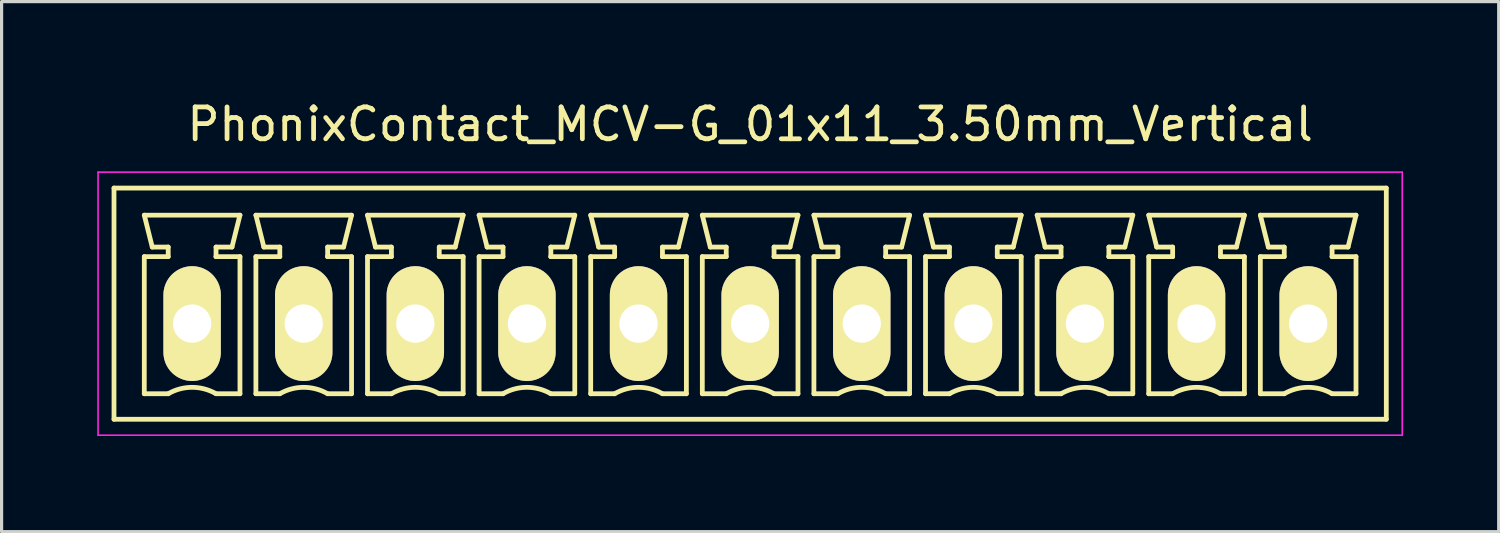
<source format=kicad_pcb>
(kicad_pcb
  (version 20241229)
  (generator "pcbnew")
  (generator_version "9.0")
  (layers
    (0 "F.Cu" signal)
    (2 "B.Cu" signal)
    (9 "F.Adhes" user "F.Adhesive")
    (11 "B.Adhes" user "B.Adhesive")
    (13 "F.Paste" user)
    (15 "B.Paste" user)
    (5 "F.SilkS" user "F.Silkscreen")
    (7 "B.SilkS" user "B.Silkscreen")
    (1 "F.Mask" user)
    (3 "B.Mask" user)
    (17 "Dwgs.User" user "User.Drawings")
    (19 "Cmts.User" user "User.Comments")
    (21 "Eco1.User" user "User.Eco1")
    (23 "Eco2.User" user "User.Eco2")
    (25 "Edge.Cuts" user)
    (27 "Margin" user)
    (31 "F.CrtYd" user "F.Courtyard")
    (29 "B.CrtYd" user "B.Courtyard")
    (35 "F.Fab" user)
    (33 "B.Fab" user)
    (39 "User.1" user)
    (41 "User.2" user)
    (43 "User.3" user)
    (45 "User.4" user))
  (footprint "PhonixContact_MCV-G_01x11_3.50mm_Vertical"
    (layer "F.Cu")
    (at 2.975 7.098)
    (property "Reference" "PhonixContact_MCV-G_01x11_3.50mm_Vertical" (at 17.5 -6.25 0) (layer "F.SilkS") (effects (font (size 1 1) (thickness 0.15))))
    (attr through_hole)
    (fp_line (start -2.45 -4.25) (end -2.45 3) (stroke (width 0.15) (type solid)) (layer "F.SilkS"))
    (fp_line (start -2.45 3) (end 37.45 3) (stroke (width 0.15) (type solid)) (layer "F.SilkS"))
    (fp_line (start -1.5 -3.4) (end 1.5 -3.4) (stroke (width 0.15) (type solid)) (layer "F.SilkS"))
    (fp_line (start -1.5 -2.1) (end -0.75 -2.1) (stroke (width 0.15) (type solid)) (layer "F.SilkS"))
    (fp_line (start -1.5 2.2) (end -1.5 -2.1) (stroke (width 0.15) (type solid)) (layer "F.SilkS"))
    (fp_line (start -1.25 -2.4) (end -1.5 -3.4) (stroke (width 0.15) (type solid)) (layer "F.SilkS"))
    (fp_line (start -0.75 -2.4) (end -1.25 -2.4) (stroke (width 0.15) (type solid)) (layer "F.SilkS"))
    (fp_line (start -0.75 -2.1) (end -0.75 -2.4) (stroke (width 0.15) (type solid)) (layer "F.SilkS"))
    (fp_line (start -0.75 2.2) (end -1.5 2.2) (stroke (width 0.15) (type solid)) (layer "F.SilkS"))
    (fp_line (start 0.75 -2.4) (end 0.75 -2.1) (stroke (width 0.15) (type solid)) (layer "F.SilkS"))
    (fp_line (start 0.75 -2.1) (end 0.75 -2.1) (stroke (width 0.15) (type solid)) (layer "F.SilkS"))
    (fp_line (start 0.75 -2.1) (end 1.5 -2.1) (stroke (width 0.15) (type solid)) (layer "F.SilkS"))
    (fp_line (start 1.25 -2.4) (end 0.75 -2.4) (stroke (width 0.15) (type solid)) (layer "F.SilkS"))
    (fp_line (start 1.5 -3.4) (end 1.25 -2.4) (stroke (width 0.15) (type solid)) (layer "F.SilkS"))
    (fp_line (start 1.5 -2.1) (end 1.5 2.2) (stroke (width 0.15) (type solid)) (layer "F.SilkS"))
    (fp_line (start 1.5 2.2) (end 0.75 2.2) (stroke (width 0.15) (type solid)) (layer "F.SilkS"))
    (fp_line (start 2 -3.4) (end 5 -3.4) (stroke (width 0.15) (type solid)) (layer "F.SilkS"))
    (fp_line (start 2 -2.1) (end 2.75 -2.1) (stroke (width 0.15) (type solid)) (layer "F.SilkS"))
    (fp_line (start 2 2.2) (end 2 -2.1) (stroke (width 0.15) (type solid)) (layer "F.SilkS"))
    (fp_line (start 2.25 -2.4) (end 2 -3.4) (stroke (width 0.15) (type solid)) (layer "F.SilkS"))
    (fp_line (start 2.75 -2.4) (end 2.25 -2.4) (stroke (width 0.15) (type solid)) (layer "F.SilkS"))
    (fp_line (start 2.75 -2.1) (end 2.75 -2.4) (stroke (width 0.15) (type solid)) (layer "F.SilkS"))
    (fp_line (start 2.75 2.2) (end 2 2.2) (stroke (width 0.15) (type solid)) (layer "F.SilkS"))
    (fp_line (start 4.25 -2.4) (end 4.25 -2.1) (stroke (width 0.15) (type solid)) (layer "F.SilkS"))
    (fp_line (start 4.25 -2.1) (end 4.25 -2.1) (stroke (width 0.15) (type solid)) (layer "F.SilkS"))
    (fp_line (start 4.25 -2.1) (end 5 -2.1) (stroke (width 0.15) (type solid)) (layer "F.SilkS"))
    (fp_line (start 4.75 -2.4) (end 4.25 -2.4) (stroke (width 0.15) (type solid)) (layer "F.SilkS"))
    (fp_line (start 5 -3.4) (end 4.75 -2.4) (stroke (width 0.15) (type solid)) (layer "F.SilkS"))
    (fp_line (start 5 -2.1) (end 5 2.2) (stroke (width 0.15) (type solid)) (layer "F.SilkS"))
    (fp_line (start 5 2.2) (end 4.25 2.2) (stroke (width 0.15) (type solid)) (layer "F.SilkS"))
    (fp_line (start 5.5 -3.4) (end 8.5 -3.4) (stroke (width 0.15) (type solid)) (layer "F.SilkS"))
    (fp_line (start 5.5 -2.1) (end 6.25 -2.1) (stroke (width 0.15) (type solid)) (layer "F.SilkS"))
    (fp_line (start 5.5 2.2) (end 5.5 -2.1) (stroke (width 0.15) (type solid)) (layer "F.SilkS"))
    (fp_line (start 5.75 -2.4) (end 5.5 -3.4) (stroke (width 0.15) (type solid)) (layer "F.SilkS"))
    (fp_line (start 6.25 -2.4) (end 5.75 -2.4) (stroke (width 0.15) (type solid)) (layer "F.SilkS"))
    (fp_line (start 6.25 -2.1) (end 6.25 -2.4) (stroke (width 0.15) (type solid)) (layer "F.SilkS"))
    (fp_line (start 6.25 2.2) (end 5.5 2.2) (stroke (width 0.15) (type solid)) (layer "F.SilkS"))
    (fp_line (start 7.75 -2.4) (end 7.75 -2.1) (stroke (width 0.15) (type solid)) (layer "F.SilkS"))
    (fp_line (start 7.75 -2.1) (end 7.75 -2.1) (stroke (width 0.15) (type solid)) (layer "F.SilkS"))
    (fp_line (start 7.75 -2.1) (end 8.5 -2.1) (stroke (width 0.15) (type solid)) (layer "F.SilkS"))
    (fp_line (start 8.25 -2.4) (end 7.75 -2.4) (stroke (width 0.15) (type solid)) (layer "F.SilkS"))
    (fp_line (start 8.5 -3.4) (end 8.25 -2.4) (stroke (width 0.15) (type solid)) (layer "F.SilkS"))
    (fp_line (start 8.5 -2.1) (end 8.5 2.2) (stroke (width 0.15) (type solid)) (layer "F.SilkS"))
    (fp_line (start 8.5 2.2) (end 7.75 2.2) (stroke (width 0.15) (type solid)) (layer "F.SilkS"))
    (fp_line (start 9 -3.4) (end 12 -3.4) (stroke (width 0.15) (type solid)) (layer "F.SilkS"))
    (fp_line (start 9 -2.1) (end 9.75 -2.1) (stroke (width 0.15) (type solid)) (layer "F.SilkS"))
    (fp_line (start 9 2.2) (end 9 -2.1) (stroke (width 0.15) (type solid)) (layer "F.SilkS"))
    (fp_line (start 9.25 -2.4) (end 9 -3.4) (stroke (width 0.15) (type solid)) (layer "F.SilkS"))
    (fp_line (start 9.75 -2.4) (end 9.25 -2.4) (stroke (width 0.15) (type solid)) (layer "F.SilkS"))
    (fp_line (start 9.75 -2.1) (end 9.75 -2.4) (stroke (width 0.15) (type solid)) (layer "F.SilkS"))
    (fp_line (start 9.75 2.2) (end 9 2.2) (stroke (width 0.15) (type solid)) (layer "F.SilkS"))
    (fp_line (start 11.25 -2.4) (end 11.25 -2.1) (stroke (width 0.15) (type solid)) (layer "F.SilkS"))
    (fp_line (start 11.25 -2.1) (end 11.25 -2.1) (stroke (width 0.15) (type solid)) (layer "F.SilkS"))
    (fp_line (start 11.25 -2.1) (end 12 -2.1) (stroke (width 0.15) (type solid)) (layer "F.SilkS"))
    (fp_line (start 11.75 -2.4) (end 11.25 -2.4) (stroke (width 0.15) (type solid)) (layer "F.SilkS"))
    (fp_line (start 12 -3.4) (end 11.75 -2.4) (stroke (width 0.15) (type solid)) (layer "F.SilkS"))
    (fp_line (start 12 -2.1) (end 12 2.2) (stroke (width 0.15) (type solid)) (layer "F.SilkS"))
    (fp_line (start 12 2.2) (end 11.25 2.2) (stroke (width 0.15) (type solid)) (layer "F.SilkS"))
    (fp_line (start 12.5 -3.4) (end 15.5 -3.4) (stroke (width 0.15) (type solid)) (layer "F.SilkS"))
    (fp_line (start 12.5 -2.1) (end 13.25 -2.1) (stroke (width 0.15) (type solid)) (layer "F.SilkS"))
    (fp_line (start 12.5 2.2) (end 12.5 -2.1) (stroke (width 0.15) (type solid)) (layer "F.SilkS"))
    (fp_line (start 12.75 -2.4) (end 12.5 -3.4) (stroke (width 0.15) (type solid)) (layer "F.SilkS"))
    (fp_line (start 13.25 -2.4) (end 12.75 -2.4) (stroke (width 0.15) (type solid)) (layer "F.SilkS"))
    (fp_line (start 13.25 -2.1) (end 13.25 -2.4) (stroke (width 0.15) (type solid)) (layer "F.SilkS"))
    (fp_line (start 13.25 2.2) (end 12.5 2.2) (stroke (width 0.15) (type solid)) (layer "F.SilkS"))
    (fp_line (start 14.75 -2.4) (end 14.75 -2.1) (stroke (width 0.15) (type solid)) (layer "F.SilkS"))
    (fp_line (start 14.75 -2.1) (end 14.75 -2.1) (stroke (width 0.15) (type solid)) (layer "F.SilkS"))
    (fp_line (start 14.75 -2.1) (end 15.5 -2.1) (stroke (width 0.15) (type solid)) (layer "F.SilkS"))
    (fp_line (start 15.25 -2.4) (end 14.75 -2.4) (stroke (width 0.15) (type solid)) (layer "F.SilkS"))
    (fp_line (start 15.5 -3.4) (end 15.25 -2.4) (stroke (width 0.15) (type solid)) (layer "F.SilkS"))
    (fp_line (start 15.5 -2.1) (end 15.5 2.2) (stroke (width 0.15) (type solid)) (layer "F.SilkS"))
    (fp_line (start 15.5 2.2) (end 14.75 2.2) (stroke (width 0.15) (type solid)) (layer "F.SilkS"))
    (fp_line (start 16 -3.4) (end 19 -3.4) (stroke (width 0.15) (type solid)) (layer "F.SilkS"))
    (fp_line (start 16 -2.1) (end 16.75 -2.1) (stroke (width 0.15) (type solid)) (layer "F.SilkS"))
    (fp_line (start 16 2.2) (end 16 -2.1) (stroke (width 0.15) (type solid)) (layer "F.SilkS"))
    (fp_line (start 16.25 -2.4) (end 16 -3.4) (stroke (width 0.15) (type solid)) (layer "F.SilkS"))
    (fp_line (start 16.75 -2.4) (end 16.25 -2.4) (stroke (width 0.15) (type solid)) (layer "F.SilkS"))
    (fp_line (start 16.75 -2.1) (end 16.75 -2.4) (stroke (width 0.15) (type solid)) (layer "F.SilkS"))
    (fp_line (start 16.75 2.2) (end 16 2.2) (stroke (width 0.15) (type solid)) (layer "F.SilkS"))
    (fp_line (start 18.25 -2.4) (end 18.25 -2.1) (stroke (width 0.15) (type solid)) (layer "F.SilkS"))
    (fp_line (start 18.25 -2.1) (end 18.25 -2.1) (stroke (width 0.15) (type solid)) (layer "F.SilkS"))
    (fp_line (start 18.25 -2.1) (end 19 -2.1) (stroke (width 0.15) (type solid)) (layer "F.SilkS"))
    (fp_line (start 18.75 -2.4) (end 18.25 -2.4) (stroke (width 0.15) (type solid)) (layer "F.SilkS"))
    (fp_line (start 19 -3.4) (end 18.75 -2.4) (stroke (width 0.15) (type solid)) (layer "F.SilkS"))
    (fp_line (start 19 -2.1) (end 19 2.2) (stroke (width 0.15) (type solid)) (layer "F.SilkS"))
    (fp_line (start 19 2.2) (end 18.25 2.2) (stroke (width 0.15) (type solid)) (layer "F.SilkS"))
    (fp_line (start 19.5 -3.4) (end 22.5 -3.4) (stroke (width 0.15) (type solid)) (layer "F.SilkS"))
    (fp_line (start 19.5 -2.1) (end 20.25 -2.1) (stroke (width 0.15) (type solid)) (layer "F.SilkS"))
    (fp_line (start 19.5 2.2) (end 19.5 -2.1) (stroke (width 0.15) (type solid)) (layer "F.SilkS"))
    (fp_line (start 19.75 -2.4) (end 19.5 -3.4) (stroke (width 0.15) (type solid)) (layer "F.SilkS"))
    (fp_line (start 20.25 -2.4) (end 19.75 -2.4) (stroke (width 0.15) (type solid)) (layer "F.SilkS"))
    (fp_line (start 20.25 -2.1) (end 20.25 -2.4) (stroke (width 0.15) (type solid)) (layer "F.SilkS"))
    (fp_line (start 20.25 2.2) (end 19.5 2.2) (stroke (width 0.15) (type solid)) (layer "F.SilkS"))
    (fp_line (start 21.75 -2.4) (end 21.75 -2.1) (stroke (width 0.15) (type solid)) (layer "F.SilkS"))
    (fp_line (start 21.75 -2.1) (end 21.75 -2.1) (stroke (width 0.15) (type solid)) (layer "F.SilkS"))
    (fp_line (start 21.75 -2.1) (end 22.5 -2.1) (stroke (width 0.15) (type solid)) (layer "F.SilkS"))
    (fp_line (start 22.25 -2.4) (end 21.75 -2.4) (stroke (width 0.15) (type solid)) (layer "F.SilkS"))
    (fp_line (start 22.5 -3.4) (end 22.25 -2.4) (stroke (width 0.15) (type solid)) (layer "F.SilkS"))
    (fp_line (start 22.5 -2.1) (end 22.5 2.2) (stroke (width 0.15) (type solid)) (layer "F.SilkS"))
    (fp_line (start 22.5 2.2) (end 21.75 2.2) (stroke (width 0.15) (type solid)) (layer "F.SilkS"))
    (fp_line (start 23 -3.4) (end 26 -3.4) (stroke (width 0.15) (type solid)) (layer "F.SilkS"))
    (fp_line (start 23 -2.1) (end 23.75 -2.1) (stroke (width 0.15) (type solid)) (layer "F.SilkS"))
    (fp_line (start 23 2.2) (end 23 -2.1) (stroke (width 0.15) (type solid)) (layer "F.SilkS"))
    (fp_line (start 23.25 -2.4) (end 23 -3.4) (stroke (width 0.15) (type solid)) (layer "F.SilkS"))
    (fp_line (start 23.75 -2.4) (end 23.25 -2.4) (stroke (width 0.15) (type solid)) (layer "F.SilkS"))
    (fp_line (start 23.75 -2.1) (end 23.75 -2.4) (stroke (width 0.15) (type solid)) (layer "F.SilkS"))
    (fp_line (start 23.75 2.2) (end 23 2.2) (stroke (width 0.15) (type solid)) (layer "F.SilkS"))
    (fp_line (start 25.25 -2.4) (end 25.25 -2.1) (stroke (width 0.15) (type solid)) (layer "F.SilkS"))
    (fp_line (start 25.25 -2.1) (end 25.25 -2.1) (stroke (width 0.15) (type solid)) (layer "F.SilkS"))
    (fp_line (start 25.25 -2.1) (end 26 -2.1) (stroke (width 0.15) (type solid)) (layer "F.SilkS"))
    (fp_line (start 25.75 -2.4) (end 25.25 -2.4) (stroke (width 0.15) (type solid)) (layer "F.SilkS"))
    (fp_line (start 26 -3.4) (end 25.75 -2.4) (stroke (width 0.15) (type solid)) (layer "F.SilkS"))
    (fp_line (start 26 -2.1) (end 26 2.2) (stroke (width 0.15) (type solid)) (layer "F.SilkS"))
    (fp_line (start 26 2.2) (end 25.25 2.2) (stroke (width 0.15) (type solid)) (layer "F.SilkS"))
    (fp_line (start 26.5 -3.4) (end 29.5 -3.4) (stroke (width 0.15) (type solid)) (layer "F.SilkS"))
    (fp_line (start 26.5 -2.1) (end 27.25 -2.1) (stroke (width 0.15) (type solid)) (layer "F.SilkS"))
    (fp_line (start 26.5 2.2) (end 26.5 -2.1) (stroke (width 0.15) (type solid)) (layer "F.SilkS"))
    (fp_line (start 26.75 -2.4) (end 26.5 -3.4) (stroke (width 0.15) (type solid)) (layer "F.SilkS"))
    (fp_line (start 27.25 -2.4) (end 26.75 -2.4) (stroke (width 0.15) (type solid)) (layer "F.SilkS"))
    (fp_line (start 27.25 -2.1) (end 27.25 -2.4) (stroke (width 0.15) (type solid)) (layer "F.SilkS"))
    (fp_line (start 27.25 2.2) (end 26.5 2.2) (stroke (width 0.15) (type solid)) (layer "F.SilkS"))
    (fp_line (start 28.75 -2.4) (end 28.75 -2.1) (stroke (width 0.15) (type solid)) (layer "F.SilkS"))
    (fp_line (start 28.75 -2.1) (end 28.75 -2.1) (stroke (width 0.15) (type solid)) (layer "F.SilkS"))
    (fp_line (start 28.75 -2.1) (end 29.5 -2.1) (stroke (width 0.15) (type solid)) (layer "F.SilkS"))
    (fp_line (start 29.25 -2.4) (end 28.75 -2.4) (stroke (width 0.15) (type solid)) (layer "F.SilkS"))
    (fp_line (start 29.5 -3.4) (end 29.25 -2.4) (stroke (width 0.15) (type solid)) (layer "F.SilkS"))
    (fp_line (start 29.5 -2.1) (end 29.5 2.2) (stroke (width 0.15) (type solid)) (layer "F.SilkS"))
    (fp_line (start 29.5 2.2) (end 28.75 2.2) (stroke (width 0.15) (type solid)) (layer "F.SilkS"))
    (fp_line (start 30 -3.4) (end 33 -3.4) (stroke (width 0.15) (type solid)) (layer "F.SilkS"))
    (fp_line (start 30 -2.1) (end 30.75 -2.1) (stroke (width 0.15) (type solid)) (layer "F.SilkS"))
    (fp_line (start 30 2.2) (end 30 -2.1) (stroke (width 0.15) (type solid)) (layer "F.SilkS"))
    (fp_line (start 30.25 -2.4) (end 30 -3.4) (stroke (width 0.15) (type solid)) (layer "F.SilkS"))
    (fp_line (start 30.75 -2.4) (end 30.25 -2.4) (stroke (width 0.15) (type solid)) (layer "F.SilkS"))
    (fp_line (start 30.75 -2.1) (end 30.75 -2.4) (stroke (width 0.15) (type solid)) (layer "F.SilkS"))
    (fp_line (start 30.75 2.2) (end 30 2.2) (stroke (width 0.15) (type solid)) (layer "F.SilkS"))
    (fp_line (start 32.25 -2.4) (end 32.25 -2.1) (stroke (width 0.15) (type solid)) (layer "F.SilkS"))
    (fp_line (start 32.25 -2.1) (end 32.25 -2.1) (stroke (width 0.15) (type solid)) (layer "F.SilkS"))
    (fp_line (start 32.25 -2.1) (end 33 -2.1) (stroke (width 0.15) (type solid)) (layer "F.SilkS"))
    (fp_line (start 32.75 -2.4) (end 32.25 -2.4) (stroke (width 0.15) (type solid)) (layer "F.SilkS"))
    (fp_line (start 33 -3.4) (end 32.75 -2.4) (stroke (width 0.15) (type solid)) (layer "F.SilkS"))
    (fp_line (start 33 -2.1) (end 33 2.2) (stroke (width 0.15) (type solid)) (layer "F.SilkS"))
    (fp_line (start 33 2.2) (end 32.25 2.2) (stroke (width 0.15) (type solid)) (layer "F.SilkS"))
    (fp_line (start 33.5 -3.4) (end 36.5 -3.4) (stroke (width 0.15) (type solid)) (layer "F.SilkS"))
    (fp_line (start 33.5 -2.1) (end 34.25 -2.1) (stroke (width 0.15) (type solid)) (layer "F.SilkS"))
    (fp_line (start 33.5 2.2) (end 33.5 -2.1) (stroke (width 0.15) (type solid)) (layer "F.SilkS"))
    (fp_line (start 33.75 -2.4) (end 33.5 -3.4) (stroke (width 0.15) (type solid)) (layer "F.SilkS"))
    (fp_line (start 34.25 -2.4) (end 33.75 -2.4) (stroke (width 0.15) (type solid)) (layer "F.SilkS"))
    (fp_line (start 34.25 -2.1) (end 34.25 -2.4) (stroke (width 0.15) (type solid)) (layer "F.SilkS"))
    (fp_line (start 34.25 2.2) (end 33.5 2.2) (stroke (width 0.15) (type solid)) (layer "F.SilkS"))
    (fp_line (start 35.75 -2.4) (end 35.75 -2.1) (stroke (width 0.15) (type solid)) (layer "F.SilkS"))
    (fp_line (start 35.75 -2.1) (end 35.75 -2.1) (stroke (width 0.15) (type solid)) (layer "F.SilkS"))
    (fp_line (start 35.75 -2.1) (end 36.5 -2.1) (stroke (width 0.15) (type solid)) (layer "F.SilkS"))
    (fp_line (start 36.25 -2.4) (end 35.75 -2.4) (stroke (width 0.15) (type solid)) (layer "F.SilkS"))
    (fp_line (start 36.5 -3.4) (end 36.25 -2.4) (stroke (width 0.15) (type solid)) (layer "F.SilkS"))
    (fp_line (start 36.5 -2.1) (end 36.5 2.2) (stroke (width 0.15) (type solid)) (layer "F.SilkS"))
    (fp_line (start 36.5 2.2) (end 35.75 2.2) (stroke (width 0.15) (type solid)) (layer "F.SilkS"))
    (fp_line (start 37.45 -4.25) (end -2.45 -4.25) (stroke (width 0.15) (type solid)) (layer "F.SilkS"))
    (fp_line (start 37.45 3) (end 37.45 -4.25) (stroke (width 0.15) (type solid)) (layer "F.SilkS"))
    (fp_arc (start -0.75 2.2) (mid -0.006068 1.999179) (end 0.739464 2.193978) (stroke (width 0.15) (type solid)) (layer "F.SilkS"))
    (fp_arc (start 2.75 2.2) (mid 3.493932 1.999179) (end 4.239464 2.193978) (stroke (width 0.15) (type solid)) (layer "F.SilkS"))
    (fp_arc (start 6.25 2.2) (mid 6.993932 1.999179) (end 7.739464 2.193978) (stroke (width 0.15) (type solid)) (layer "F.SilkS"))
    (fp_arc (start 9.75 2.2) (mid 10.493932 1.999179) (end 11.239464 2.193978) (stroke (width 0.15) (type solid)) (layer "F.SilkS"))
    (fp_arc (start 13.25 2.2) (mid 13.993932 1.999179) (end 14.739464 2.193978) (stroke (width 0.15) (type solid)) (layer "F.SilkS"))
    (fp_arc (start 16.75 2.2) (mid 17.493932 1.999179) (end 18.239464 2.193978) (stroke (width 0.15) (type solid)) (layer "F.SilkS"))
    (fp_arc (start 20.25 2.2) (mid 20.993932 1.999179) (end 21.739464 2.193978) (stroke (width 0.15) (type solid)) (layer "F.SilkS"))
    (fp_arc (start 23.75 2.2) (mid 24.493932 1.999179) (end 25.239464 2.193978) (stroke (width 0.15) (type solid)) (layer "F.SilkS"))
    (fp_arc (start 27.25 2.2) (mid 27.993932 1.999179) (end 28.739464 2.193978) (stroke (width 0.15) (type solid)) (layer "F.SilkS"))
    (fp_arc (start 30.75 2.2) (mid 31.493932 1.999179) (end 32.239464 2.193978) (stroke (width 0.15) (type solid)) (layer "F.SilkS"))
    (fp_arc (start 34.25 2.2) (mid 34.993932 1.999179) (end 35.739464 2.193978) (stroke (width 0.15) (type solid)) (layer "F.SilkS"))
    (fp_line (start -2.95 -4.75) (end -2.95 3.5) (stroke (width 0.05) (type solid)) (layer "F.CrtYd"))
    (fp_line (start -2.95 3.5) (end 37.95 3.5) (stroke (width 0.05) (type solid)) (layer "F.CrtYd"))
    (fp_line (start 37.95 -4.75) (end -2.95 -4.75) (stroke (width 0.05) (type solid)) (layer "F.CrtYd"))
    (fp_line (start 37.95 3.5) (end 37.95 -4.75) (stroke (width 0.05) (type solid)) (layer "F.CrtYd"))
    (pad "1" thru_hole oval (at 0 0) (size 1.8 3.6) (drill 1.2) (layers "*.Cu" "*.Mask" "F.SilkS"))
    (pad "2" thru_hole oval (at 3.5 0) (size 1.8 3.6) (drill 1.2) (layers "*.Cu" "*.Mask" "F.SilkS"))
    (pad "3" thru_hole oval (at 7 0) (size 1.8 3.6) (drill 1.2) (layers "*.Cu" "*.Mask" "F.SilkS"))
    (pad "4" thru_hole oval (at 10.5 0) (size 1.8 3.6) (drill 1.2) (layers "*.Cu" "*.Mask" "F.SilkS"))
    (pad "5" thru_hole oval (at 14 0) (size 1.8 3.6) (drill 1.2) (layers "*.Cu" "*.Mask" "F.SilkS"))
    (pad "6" thru_hole oval (at 17.5 0) (size 1.8 3.6) (drill 1.2) (layers "*.Cu" "*.Mask" "F.SilkS"))
    (pad "7" thru_hole oval (at 21 0) (size 1.8 3.6) (drill 1.2) (layers "*.Cu" "*.Mask" "F.SilkS"))
    (pad "8" thru_hole oval (at 24.5 0) (size 1.8 3.6) (drill 1.2) (layers "*.Cu" "*.Mask" "F.SilkS"))
    (pad "9" thru_hole oval (at 28 0) (size 1.8 3.6) (drill 1.2) (layers "*.Cu" "*.Mask" "F.SilkS"))
    (pad "10" thru_hole oval (at 31.5 0) (size 1.8 3.6) (drill 1.2) (layers "*.Cu" "*.Mask" "F.SilkS"))
    (pad "11" thru_hole oval (at 35 0) (size 1.8 3.6) (drill 1.2) (layers "*.Cu" "*.Mask" "F.SilkS")))
  (gr_rect
    (start -3 -3)
    (end 43.95 13.623)
    (stroke (width 0.1) (type default))
    (fill no)
    (layer "Edge.Cuts")))
</source>
